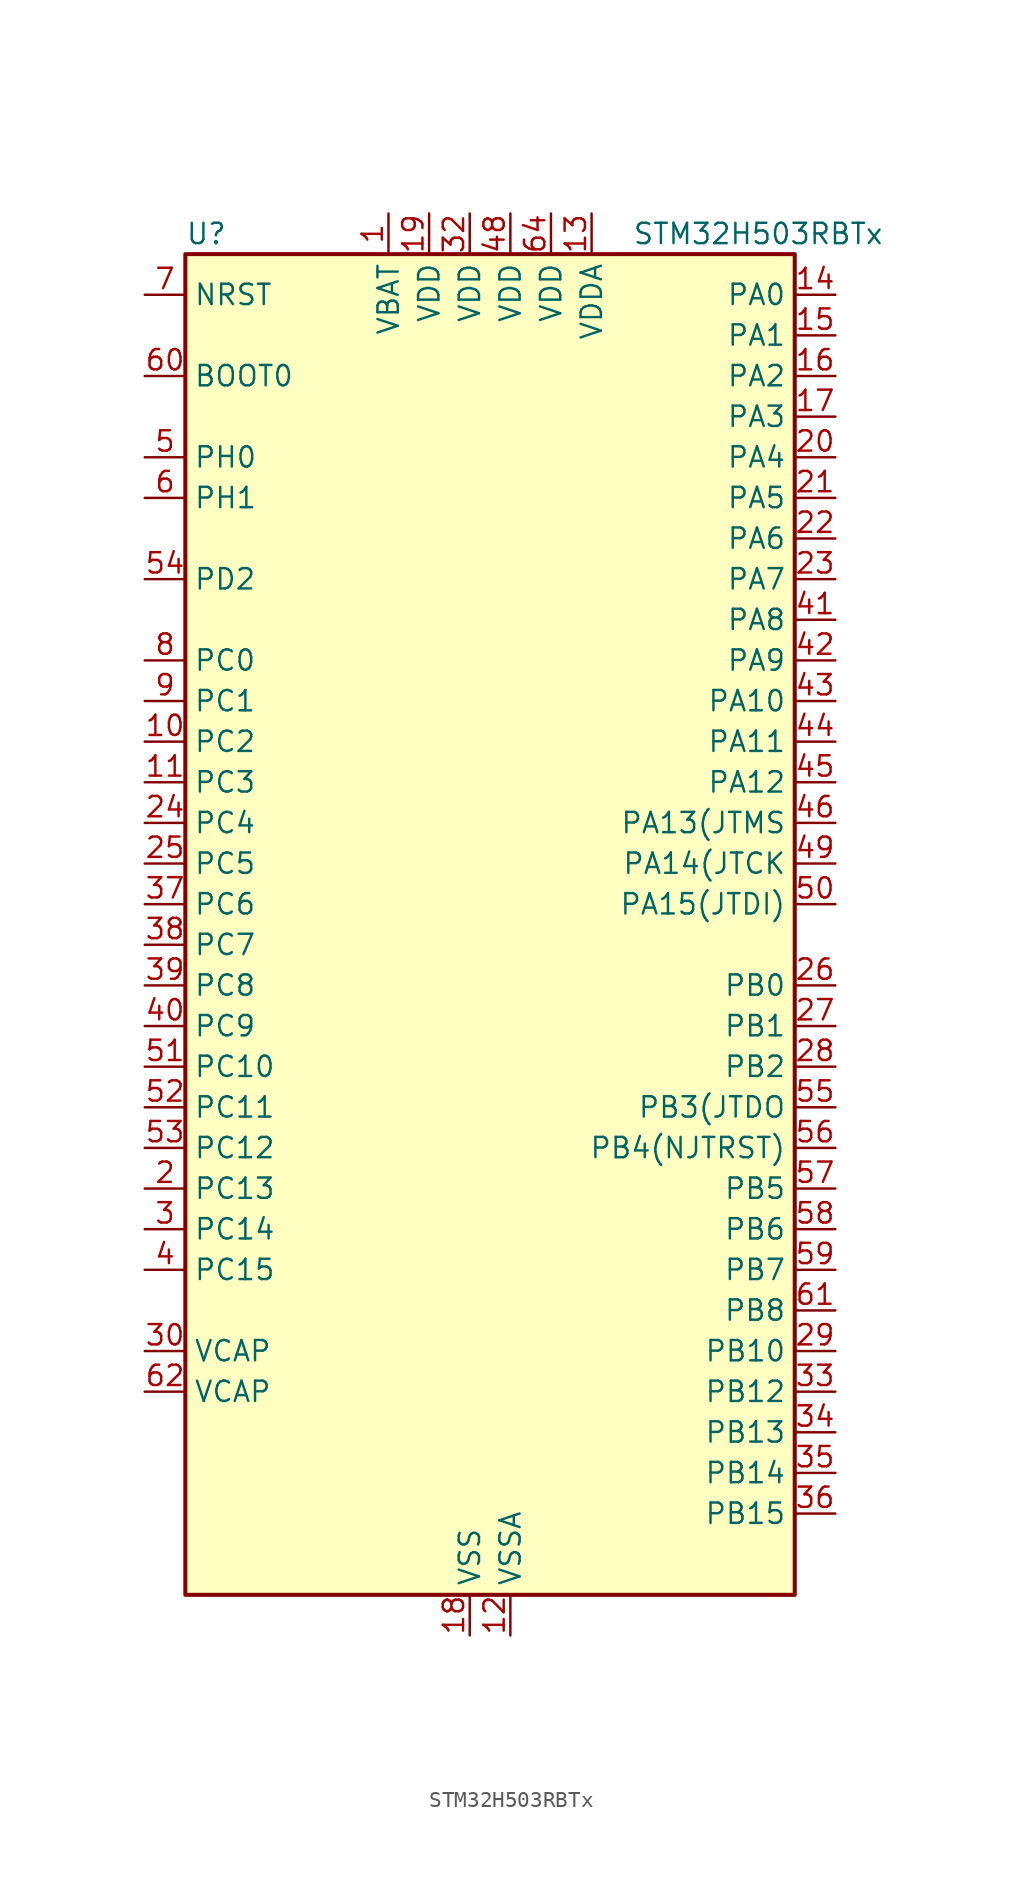
<source format=kicad_sym>
(kicad_symbol_lib
  (version 20231120)
  (generator "kicad-library-utils")
  (generator_version "8.0")
  (symbol "STM32H503RBTx"
    (property "Reference" "U"
      (at -17.78 44.45 0)
      (effects (font (size 1.27 1.27)) (justify left)))
    (property "Value" "STM32H503RBTx"
      (at 10.16 44.45 0)
      (effects (font (size 1.27 1.27)) (justify left)))
    (symbol "STM32H503RBTx_0_1"
      (rectangle (start -17.78 -40.64) (end 20.32 43.18) (stroke (width 0.254) (type default)) (fill (type background))))
    (symbol "STM32H503RBTx_1_1"
      (pin power_in line (at -5.08 45.72 270) (length 2.54) (name "VBAT" (effects (font (size 1.27 1.27)))) (number "1" (effects (font (size 1.27 1.27)))))
      (pin bidirectional line (at -20.32 12.7 0) (length 2.54) (name "PC2" (effects (font (size 1.27 1.27)))) (number "10" (effects (font (size 1.27 1.27)))) (alternate "ADC1_INN11" bidirectional line) (alternate "ADC1_INP12" bidirectional line) (alternate "I2S1_SDI" bidirectional line) (alternate "I2S2_SDI" bidirectional line) (alternate "LPUART1_RTS" bidirectional line) (alternate "PWR_CSTOP" bidirectional line) (alternate "SPI1_MISO" bidirectional line) (alternate "SPI2_MISO" bidirectional line) (alternate "USART1_RTS" bidirectional line))
      (pin bidirectional line (at -20.32 10.16 0) (length 2.54) (name "PC3" (effects (font (size 1.27 1.27)))) (number "11" (effects (font (size 1.27 1.27)))) (alternate "ADC1_INN12" bidirectional line) (alternate "ADC1_INP13" bidirectional line) (alternate "I2S1_SDO" bidirectional line) (alternate "I2S2_SDO" bidirectional line) (alternate "LPTIM2_IN2" bidirectional line) (alternate "LPUART1_TX" bidirectional line) (alternate "PWR_CSLEEP" bidirectional line) (alternate "SPI1_MOSI" bidirectional line) (alternate "SPI2_MOSI" bidirectional line) (alternate "USART2_CTS" bidirectional line) (alternate "USART2_NSS" bidirectional line))
      (pin power_in line (at 2.54 -43.18 90) (length 2.54) (name "VSSA" (effects (font (size 1.27 1.27)))) (number "12" (effects (font (size 1.27 1.27)))))
      (pin power_in line (at 7.62 45.72 270) (length 2.54) (name "VDDA" (effects (font (size 1.27 1.27)))) (number "13" (effects (font (size 1.27 1.27)))))
      (pin bidirectional line (at 22.86 40.64 180) (length 2.54) (name "PA0" (effects (font (size 1.27 1.27)))) (number "14" (effects (font (size 1.27 1.27)))) (alternate "ADC1_INN1" bidirectional line) (alternate "ADC1_INP0" bidirectional line) (alternate "COMP1_INP" bidirectional line) (alternate "I2S1_SDI" bidirectional line) (alternate "I2S2_MCK" bidirectional line) (alternate "I2S3_WS" bidirectional line) (alternate "LPTIM1_ETR" bidirectional line) (alternate "LPTIM1_IN2" bidirectional line) (alternate "LPTIM2_ETR" bidirectional line) (alternate "OPAMP1_VINP" bidirectional line) (alternate "PWR_WKUP1" bidirectional line) (alternate "RTC_OUT2" bidirectional line) (alternate "SPI1_MISO" bidirectional line) (alternate "SPI3_NSS" bidirectional line) (alternate "SPI3_RDY" bidirectional line) (alternate "TAMP_IN2" bidirectional line) (alternate "TAMP_OUT1" bidirectional line) (alternate "TIM2_CH1" bidirectional line) (alternate "TIM2_ETR" bidirectional line) (alternate "TIM3_CH1" bidirectional line) (alternate "USART1_CTS" bidirectional line) (alternate "USART1_NSS" bidirectional line) (alternate "USART2_CTS" bidirectional line) (alternate "USART2_NSS" bidirectional line) (alternate "USART3_CK" bidirectional line) (alternate "USART3_CTS" bidirectional line) (alternate "USART3_NSS" bidirectional line))
      (pin bidirectional line (at 22.86 38.1 180) (length 2.54) (name "PA1" (effects (font (size 1.27 1.27)))) (number "15" (effects (font (size 1.27 1.27)))) (alternate "ADC1_INP1" bidirectional line) (alternate "I2S1_WS" bidirectional line) (alternate "I2S3_CK" bidirectional line) (alternate "LPTIM1_IN1" bidirectional line) (alternate "SPI1_NSS" bidirectional line) (alternate "SPI2_RDY" bidirectional line) (alternate "SPI3_SCK" bidirectional line) (alternate "TIM1_CH3" bidirectional line) (alternate "TIM2_CH2" bidirectional line) (alternate "USART1_RX" bidirectional line) (alternate "USART2_CK" bidirectional line) (alternate "USART2_RTS" bidirectional line))
      (pin bidirectional line (at 22.86 35.56 180) (length 2.54) (name "PA2" (effects (font (size 1.27 1.27)))) (number "16" (effects (font (size 1.27 1.27)))) (alternate "ADC1_INP14" bidirectional line) (alternate "I2S1_CK" bidirectional line) (alternate "I2S3_SDI" bidirectional line) (alternate "LPTIM1_IN2" bidirectional line) (alternate "LPUART1_RX" bidirectional line) (alternate "PWR_WKUP2" bidirectional line) (alternate "SPI1_SCK" bidirectional line) (alternate "SPI3_MISO" bidirectional line) (alternate "TIM1_CH4" bidirectional line) (alternate "TIM2_CH3" bidirectional line) (alternate "TIM3_ETR" bidirectional line) (alternate "USART1_TX" bidirectional line) (alternate "USART2_TX" bidirectional line))
      (pin bidirectional line (at 22.86 33.02 180) (length 2.54) (name "PA3" (effects (font (size 1.27 1.27)))) (number "17" (effects (font (size 1.27 1.27)))) (alternate "ADC1_INP15" bidirectional line) (alternate "I2S1_SDI" bidirectional line) (alternate "I2S2_WS" bidirectional line) (alternate "I2S3_SDO" bidirectional line) (alternate "LPUART1_TX" bidirectional line) (alternate "SPI1_MISO" bidirectional line) (alternate "SPI2_NSS" bidirectional line) (alternate "SPI3_MOSI" bidirectional line) (alternate "TIM1_CH1N" bidirectional line) (alternate "TIM2_CH4" bidirectional line) (alternate "USART1_CK" bidirectional line) (alternate "USART2_RX" bidirectional line) (alternate "USART3_RX" bidirectional line))
      (pin power_in line (at 0 -43.18 90) (length 2.54) (name "VSS" (effects (font (size 1.27 1.27)))) (number "18" (effects (font (size 1.27 1.27)))))
      (pin power_in line (at -2.54 45.72 270) (length 2.54) (name "VDD" (effects (font (size 1.27 1.27)))) (number "19" (effects (font (size 1.27 1.27)))))
      (pin bidirectional line (at -20.32 -15.24 0) (length 2.54) (name "PC13" (effects (font (size 1.27 1.27)))) (number "2" (effects (font (size 1.27 1.27)))) (alternate "PWR_WKUP4" bidirectional line) (alternate "RTC_OUT1" bidirectional line) (alternate "RTC_TS" bidirectional line) (alternate "TAMP_IN1" bidirectional line) (alternate "TAMP_OUT2" bidirectional line))
      (pin bidirectional line (at 22.86 30.48 180) (length 2.54) (name "PA4" (effects (font (size 1.27 1.27)))) (number "20" (effects (font (size 1.27 1.27)))) (alternate "ADC1_INP18" bidirectional line) (alternate "DAC1_OUT1" bidirectional line) (alternate "I2S1_SDO" bidirectional line) (alternate "I2S1_WS" bidirectional line) (alternate "I2S3_SDI" bidirectional line) (alternate "I2S3_WS" bidirectional line) (alternate "LPTIM2_CH1" bidirectional line) (alternate "SPI1_MOSI" bidirectional line) (alternate "SPI1_NSS" bidirectional line) (alternate "SPI3_MISO" bidirectional line) (alternate "SPI3_NSS" bidirectional line) (alternate "TIM1_BKIN" bidirectional line) (alternate "TIM1_CH2N" bidirectional line) (alternate "USART1_RTS" bidirectional line) (alternate "USART2_CK" bidirectional line) (alternate "USART3_TX" bidirectional line))
      (pin bidirectional line (at 22.86 27.94 180) (length 2.54) (name "PA5" (effects (font (size 1.27 1.27)))) (number "21" (effects (font (size 1.27 1.27)))) (alternate "ADC1_INN18" bidirectional line) (alternate "ADC1_INP19" bidirectional line) (alternate "COMP1_INM" bidirectional line) (alternate "DAC1_OUT2" bidirectional line) (alternate "I2S1_CK" bidirectional line) (alternate "I2S1_MCK" bidirectional line) (alternate "I2S2_CK" bidirectional line) (alternate "I2S3_SDO" bidirectional line) (alternate "LPTIM1_CH1" bidirectional line) (alternate "LPTIM1_ETR" bidirectional line) (alternate "LPTIM2_CH2" bidirectional line) (alternate "LPUART1_RTS" bidirectional line) (alternate "PWR_CSTOP" bidirectional line) (alternate "SPI1_SCK" bidirectional line) (alternate "SPI2_SCK" bidirectional line) (alternate "SPI3_MOSI" bidirectional line) (alternate "TIM2_CH1" bidirectional line) (alternate "TIM2_ETR" bidirectional line) (alternate "USART2_CTS" bidirectional line) (alternate "USART2_NSS" bidirectional line) (alternate "USART2_TX" bidirectional line) (alternate "USART3_RX" bidirectional line))
      (pin bidirectional line (at 22.86 25.4 180) (length 2.54) (name "PA6" (effects (font (size 1.27 1.27)))) (number "22" (effects (font (size 1.27 1.27)))) (alternate "ADC1_INP3" bidirectional line) (alternate "I2S1_SDI" bidirectional line) (alternate "SPI1_MISO" bidirectional line) (alternate "TIM1_BKIN" bidirectional line) (alternate "TIM3_CH1" bidirectional line))
      (pin bidirectional line (at 22.86 22.86 180) (length 2.54) (name "PA7" (effects (font (size 1.27 1.27)))) (number "23" (effects (font (size 1.27 1.27)))) (alternate "ADC1_INN3" bidirectional line) (alternate "ADC1_INP7" bidirectional line) (alternate "AUDIOCLK" bidirectional line) (alternate "I2S1_MCK" bidirectional line) (alternate "I2S1_SDO" bidirectional line) (alternate "I2S2_MCK" bidirectional line) (alternate "I2S2_SDI" bidirectional line) (alternate "I2S3_MCK" bidirectional line) (alternate "LPTIM2_ETR" bidirectional line) (alternate "OPAMP1_VOUT" bidirectional line) (alternate "PWR_CSLEEP" bidirectional line) (alternate "SPI1_MOSI" bidirectional line) (alternate "SPI2_MISO" bidirectional line) (alternate "TIM1_CH1N" bidirectional line) (alternate "TIM2_CH3" bidirectional line) (alternate "TIM3_CH2" bidirectional line) (alternate "USART1_RTS" bidirectional line) (alternate "USART3_CK" bidirectional line) (alternate "USART3_RTS" bidirectional line))
      (pin bidirectional line (at -20.32 7.62 0) (length 2.54) (name "PC4" (effects (font (size 1.27 1.27)))) (number "24" (effects (font (size 1.27 1.27)))) (alternate "ADC1_INP4" bidirectional line) (alternate "COMP1_INM" bidirectional line) (alternate "I2S1_MCK" bidirectional line) (alternate "LPTIM2_ETR" bidirectional line) (alternate "SPI1_RDY" bidirectional line) (alternate "TIM2_CH4" bidirectional line) (alternate "USART3_RX" bidirectional line))
      (pin bidirectional line (at -20.32 5.08 0) (length 2.54) (name "PC5" (effects (font (size 1.27 1.27)))) (number "25" (effects (font (size 1.27 1.27)))) (alternate "ADC1_INN4" bidirectional line) (alternate "ADC1_INP8" bidirectional line) (alternate "COMP1_OUT" bidirectional line) (alternate "I2S1_CK" bidirectional line) (alternate "LPTIM2_CH1" bidirectional line) (alternate "OPAMP1_VINM" bidirectional line) (alternate "OPAMP1_VINM0" bidirectional line) (alternate "SPI1_SCK" bidirectional line) (alternate "TIM1_CH4N" bidirectional line))
      (pin bidirectional line (at 22.86 -2.54 180) (length 2.54) (name "PB0" (effects (font (size 1.27 1.27)))) (number "26" (effects (font (size 1.27 1.27)))) (alternate "ADC1_INN5" bidirectional line) (alternate "ADC1_INP9" bidirectional line) (alternate "COMP1_INP" bidirectional line) (alternate "LPTIM1_IN1" bidirectional line) (alternate "OPAMP1_VINP" bidirectional line) (alternate "TIM1_CH2N" bidirectional line) (alternate "TIM1_ETR" bidirectional line) (alternate "TIM3_CH3" bidirectional line) (alternate "USART2_TX" bidirectional line))
      (pin bidirectional line (at 22.86 -5.08 180) (length 2.54) (name "PB1" (effects (font (size 1.27 1.27)))) (number "27" (effects (font (size 1.27 1.27)))) (alternate "ADC1_INP5" bidirectional line) (alternate "COMP1_INM" bidirectional line) (alternate "COMP1_OUT" bidirectional line) (alternate "I2S2_SDO" bidirectional line) (alternate "LPTIM1_IN2" bidirectional line) (alternate "LPTIM2_ETR" bidirectional line) (alternate "OPAMP1_VINM" bidirectional line) (alternate "OPAMP1_VINM1" bidirectional line) (alternate "SPI2_MOSI" bidirectional line) (alternate "TIM1_CH1" bidirectional line) (alternate "TIM1_CH3N" bidirectional line) (alternate "TIM3_CH4" bidirectional line) (alternate "USART2_RX" bidirectional line))
      (pin bidirectional line (at 22.86 -7.62 180) (length 2.54) (name "PB2" (effects (font (size 1.27 1.27)))) (number "28" (effects (font (size 1.27 1.27)))) (alternate "COMP1_INP" bidirectional line) (alternate "I2S2_CK" bidirectional line) (alternate "I2S3_SDO" bidirectional line) (alternate "LPTIM1_CH1" bidirectional line) (alternate "LPTIM1_CH2" bidirectional line) (alternate "RCC_LSCO" bidirectional line) (alternate "RTC_OUT2" bidirectional line) (alternate "SPI1_RDY" bidirectional line) (alternate "SPI2_SCK" bidirectional line) (alternate "SPI3_MOSI" bidirectional line) (alternate "TIM1_CH2N" bidirectional line) (alternate "TIM2_CH1" bidirectional line) (alternate "USART2_CK" bidirectional line))
      (pin bidirectional line (at 22.86 -25.4 180) (length 2.54) (name "PB10" (effects (font (size 1.27 1.27)))) (number "29" (effects (font (size 1.27 1.27)))) (alternate "FDCAN1_TX" bidirectional line) (alternate "I2C1_SDA" bidirectional line) (alternate "I2C2_SCL" bidirectional line) (alternate "I2S2_CK" bidirectional line) (alternate "I2S3_WS" bidirectional line) (alternate "I3C1_SDA" bidirectional line) (alternate "I3C2_SCL" bidirectional line) (alternate "LPTIM2_CH2" bidirectional line) (alternate "LPTIM2_IN1" bidirectional line) (alternate "SPI2_SCK" bidirectional line) (alternate "SPI3_NSS" bidirectional line) (alternate "TIM2_CH3" bidirectional line) (alternate "USART3_CK" bidirectional line) (alternate "USART3_TX" bidirectional line))
      (pin bidirectional line (at -20.32 -17.78 0) (length 2.54) (name "PC14" (effects (font (size 1.27 1.27)))) (number "3" (effects (font (size 1.27 1.27)))) (alternate "RCC_OSC32_IN" bidirectional line))
      (pin power_out line (at -20.32 -25.4 0) (length 2.54) (name "VCAP" (effects (font (size 1.27 1.27)))) (number "30" (effects (font (size 1.27 1.27)))))
      (pin passive line (at 0 -43.18 90) (length 2.54) hide (name "VSS" (effects (font (size 1.27 1.27)))) (number "31" (effects (font (size 1.27 1.27)))))
      (pin power_in line (at 0 45.72 270) (length 2.54) (name "VDD" (effects (font (size 1.27 1.27)))) (number "32" (effects (font (size 1.27 1.27)))))
      (pin bidirectional line (at 22.86 -27.94 180) (length 2.54) (name "PB12" (effects (font (size 1.27 1.27)))) (number "33" (effects (font (size 1.27 1.27)))) (alternate "FDCAN1_RX" bidirectional line) (alternate "I2C2_SMBA" bidirectional line) (alternate "I2S2_WS" bidirectional line) (alternate "SPI2_NSS" bidirectional line) (alternate "TIM1_BKIN" bidirectional line) (alternate "USART1_CK" bidirectional line) (alternate "USART3_CK" bidirectional line))
      (pin bidirectional line (at 22.86 -30.48 180) (length 2.54) (name "PB13" (effects (font (size 1.27 1.27)))) (number "34" (effects (font (size 1.27 1.27)))) (alternate "FDCAN1_TX" bidirectional line) (alternate "I2C1_SMBA" bidirectional line) (alternate "I2C2_SDA" bidirectional line) (alternate "I2S2_CK" bidirectional line) (alternate "I3C2_SDA" bidirectional line) (alternate "LPTIM2_CH1" bidirectional line) (alternate "LPUART1_CTS" bidirectional line) (alternate "SPI2_SCK" bidirectional line) (alternate "TIM1_CH1N" bidirectional line) (alternate "USART3_CTS" bidirectional line) (alternate "USART3_NSS" bidirectional line))
      (pin bidirectional line (at 22.86 -33.02 180) (length 2.54) (name "PB14" (effects (font (size 1.27 1.27)))) (number "35" (effects (font (size 1.27 1.27)))) (alternate "I2S2_SDI" bidirectional line) (alternate "LPTIM1_ETR" bidirectional line) (alternate "LPUART1_RTS" bidirectional line) (alternate "SPI2_MISO" bidirectional line) (alternate "TIM1_CH2N" bidirectional line) (alternate "USART1_TX" bidirectional line) (alternate "USART3_RTS" bidirectional line))
      (pin bidirectional line (at 22.86 -35.56 180) (length 2.54) (name "PB15" (effects (font (size 1.27 1.27)))) (number "36" (effects (font (size 1.27 1.27)))) (alternate "ADC1_EXTI15" bidirectional line) (alternate "COMP1_OUT" bidirectional line) (alternate "FDCAN1_TX" bidirectional line) (alternate "I2S2_SDO" bidirectional line) (alternate "I2S3_MCK" bidirectional line) (alternate "I2S3_SDI" bidirectional line) (alternate "LPTIM1_CH1" bidirectional line) (alternate "LPTIM2_IN2" bidirectional line) (alternate "LPUART1_RX" bidirectional line) (alternate "PWR_PVD_IN" bidirectional line) (alternate "RTC_REFIN" bidirectional line) (alternate "SPI2_MOSI" bidirectional line) (alternate "SPI3_MISO" bidirectional line) (alternate "TIM1_CH3N" bidirectional line) (alternate "TIM3_CH4" bidirectional line) (alternate "USART1_RX" bidirectional line) (alternate "USART2_RTS" bidirectional line) (alternate "USART2_RX" bidirectional line) (alternate "USART3_CTS" bidirectional line) (alternate "USART3_NSS" bidirectional line))
      (pin bidirectional line (at -20.32 2.54 0) (length 2.54) (name "PC6" (effects (font (size 1.27 1.27)))) (number "37" (effects (font (size 1.27 1.27)))) (alternate "FDCAN1_RX" bidirectional line) (alternate "I2C1_SMBA" bidirectional line) (alternate "I2C2_SCL" bidirectional line) (alternate "I2S2_MCK" bidirectional line) (alternate "I3C2_SCL" bidirectional line) (alternate "TIM1_CH1" bidirectional line) (alternate "TIM3_CH1" bidirectional line) (alternate "USART2_TX" bidirectional line))
      (pin bidirectional line (at -20.32 0 0) (length 2.54) (name "PC7" (effects (font (size 1.27 1.27)))) (number "38" (effects (font (size 1.27 1.27)))) (alternate "DEBUG_TRGIO" bidirectional line) (alternate "FDCAN1_TX" bidirectional line) (alternate "I2C2_SDA" bidirectional line) (alternate "I2S1_SDO" bidirectional line) (alternate "I2S3_MCK" bidirectional line) (alternate "I3C2_SDA" bidirectional line) (alternate "SPI1_MOSI" bidirectional line) (alternate "TIM1_CH2" bidirectional line) (alternate "TIM3_CH2" bidirectional line) (alternate "USART2_RX" bidirectional line))
      (pin bidirectional line (at -20.32 -2.54 0) (length 2.54) (name "PC8" (effects (font (size 1.27 1.27)))) (number "39" (effects (font (size 1.27 1.27)))) (alternate "DEBUG_TRACED1" bidirectional line) (alternate "FDCAN1_RX" bidirectional line) (alternate "I2C1_SCL" bidirectional line) (alternate "I2C2_SMBA" bidirectional line) (alternate "I2S1_WS" bidirectional line) (alternate "I3C1_SCL" bidirectional line) (alternate "SPI1_NSS" bidirectional line) (alternate "TIM1_CH3" bidirectional line) (alternate "TIM3_CH3" bidirectional line) (alternate "USART2_CK" bidirectional line))
      (pin bidirectional line (at -20.32 -20.32 0) (length 2.54) (name "PC15" (effects (font (size 1.27 1.27)))) (number "4" (effects (font (size 1.27 1.27)))) (alternate "ADC1_EXTI15" bidirectional line) (alternate "RCC_OSC32_OUT" bidirectional line))
      (pin bidirectional line (at -20.32 -5.08 0) (length 2.54) (name "PC9" (effects (font (size 1.27 1.27)))) (number "40" (effects (font (size 1.27 1.27)))) (alternate "AUDIOCLK" bidirectional line) (alternate "DAC1_EXTI9" bidirectional line) (alternate "FDCAN1_TX" bidirectional line) (alternate "I2C1_SDA" bidirectional line) (alternate "I3C1_SDA" bidirectional line) (alternate "RCC_MCO_2" bidirectional line) (alternate "SPI3_RDY" bidirectional line) (alternate "TIM1_CH4" bidirectional line) (alternate "TIM3_CH4" bidirectional line) (alternate "USART2_CTS" bidirectional line) (alternate "USART2_NSS" bidirectional line) (alternate "USART3_RTS" bidirectional line))
      (pin bidirectional line (at 22.86 20.32 180) (length 2.54) (name "PA8" (effects (font (size 1.27 1.27)))) (number "41" (effects (font (size 1.27 1.27)))) (alternate "FDCAN1_RX" bidirectional line) (alternate "I2S1_CK" bidirectional line) (alternate "I2S2_SDO" bidirectional line) (alternate "I2S2_WS" bidirectional line) (alternate "LPTIM2_IN1" bidirectional line) (alternate "LPUART1_CTS" bidirectional line) (alternate "RCC_MCO_1" bidirectional line) (alternate "SPI1_RDY" bidirectional line) (alternate "SPI1_SCK" bidirectional line) (alternate "SPI2_MOSI" bidirectional line) (alternate "SPI2_NSS" bidirectional line) (alternate "TIM1_CH1" bidirectional line) (alternate "TIM1_CH4N" bidirectional line) (alternate "TIM3_CH3" bidirectional line) (alternate "USART1_CK" bidirectional line) (alternate "USART2_TX" bidirectional line) (alternate "USART3_TX" bidirectional line) (alternate "USB_SOF" bidirectional line))
      (pin bidirectional line (at 22.86 17.78 180) (length 2.54) (name "PA9" (effects (font (size 1.27 1.27)))) (number "42" (effects (font (size 1.27 1.27)))) (alternate "DAC1_EXTI9" bidirectional line) (alternate "DEBUG_TRACED2" bidirectional line) (alternate "I2S1_SDI" bidirectional line) (alternate "I2S2_CK" bidirectional line) (alternate "I2S3_SDO" bidirectional line) (alternate "LPUART1_TX" bidirectional line) (alternate "SPI1_MISO" bidirectional line) (alternate "SPI2_SCK" bidirectional line) (alternate "SPI3_MOSI" bidirectional line) (alternate "TIM1_CH2" bidirectional line) (alternate "USART1_TX" bidirectional line) (alternate "USART3_CK" bidirectional line))
      (pin bidirectional line (at 22.86 15.24 180) (length 2.54) (name "PA10" (effects (font (size 1.27 1.27)))) (number "43" (effects (font (size 1.27 1.27)))) (alternate "LPTIM2_IN2" bidirectional line) (alternate "LPUART1_RX" bidirectional line) (alternate "TIM1_CH3" bidirectional line) (alternate "USART1_RX" bidirectional line))
      (pin bidirectional line (at 22.86 12.7 180) (length 2.54) (name "PA11" (effects (font (size 1.27 1.27)))) (number "44" (effects (font (size 1.27 1.27)))) (alternate "ADC1_EXTI11" bidirectional line) (alternate "DEBUG_TRGIO" bidirectional line) (alternate "FDCAN1_RX" bidirectional line) (alternate "I2S2_WS" bidirectional line) (alternate "LPTIM2_CH2" bidirectional line) (alternate "LPUART1_CTS" bidirectional line) (alternate "SPI2_NSS" bidirectional line) (alternate "SPI3_RDY" bidirectional line) (alternate "TIM1_CH4" bidirectional line) (alternate "TIM3_CH2" bidirectional line) (alternate "USART1_CTS" bidirectional line) (alternate "USART1_NSS" bidirectional line) (alternate "USART1_RX" bidirectional line) (alternate "USART2_RX" bidirectional line) (alternate "USART3_RTS" bidirectional line) (alternate "USB_DM" bidirectional line))
      (pin bidirectional line (at 22.86 10.16 180) (length 2.54) (name "PA12" (effects (font (size 1.27 1.27)))) (number "45" (effects (font (size 1.27 1.27)))) (alternate "DEBUG_TRACED3" bidirectional line) (alternate "FDCAN1_TX" bidirectional line) (alternate "I2S2_CK" bidirectional line) (alternate "LPUART1_RTS" bidirectional line) (alternate "SPI2_RDY" bidirectional line) (alternate "SPI2_SCK" bidirectional line) (alternate "TIM1_ETR" bidirectional line) (alternate "TIM2_CH4" bidirectional line) (alternate "TIM3_CH4" bidirectional line) (alternate "USART1_RTS" bidirectional line) (alternate "USART1_TX" bidirectional line) (alternate "USART2_TX" bidirectional line) (alternate "USART3_RX" bidirectional line) (alternate "USB_DP" bidirectional line))
      (pin bidirectional line (at 22.86 7.62 180) (length 2.54) (name "PA13(JTMS" (effects (font (size 1.27 1.27)))) (number "46" (effects (font (size 1.27 1.27)))) (alternate "COMP1_OUT" bidirectional line) (alternate "DEBUG_JTMS-SWDIO" bidirectional line) (alternate "LPTIM1_CH1" bidirectional line) (alternate "LPUART1_CTS" bidirectional line) (alternate "TIM1_CH1" bidirectional line) (alternate "TIM1_ETR" bidirectional line) (alternate "USART1_RX" bidirectional line) (alternate "USART2_RX" bidirectional line))
      (pin passive line (at 0 -43.18 90) (length 2.54) hide (name "VSS" (effects (font (size 1.27 1.27)))) (number "47" (effects (font (size 1.27 1.27)))))
      (pin power_in line (at 2.54 45.72 270) (length 2.54) (name "VDD" (effects (font (size 1.27 1.27)))) (number "48" (effects (font (size 1.27 1.27)))))
      (pin bidirectional line (at 22.86 5.08 180) (length 2.54) (name "PA14(JTCK" (effects (font (size 1.27 1.27)))) (number "49" (effects (font (size 1.27 1.27)))) (alternate "DEBUG_JTCK-SWCLK" bidirectional line) (alternate "LPTIM1_ETR" bidirectional line) (alternate "LPTIM2_CH1" bidirectional line) (alternate "LPUART1_RTS" bidirectional line) (alternate "TIM1_CH2" bidirectional line) (alternate "TIM1_CH4N" bidirectional line) (alternate "TIM3_CH1" bidirectional line) (alternate "USART1_TX" bidirectional line) (alternate "USART2_TX" bidirectional line))
      (pin bidirectional line (at -20.32 30.48 0) (length 2.54) (name "PH0" (effects (font (size 1.27 1.27)))) (number "5" (effects (font (size 1.27 1.27)))) (alternate "RCC_OSC_IN" bidirectional line))
      (pin bidirectional line (at 22.86 2.54 180) (length 2.54) (name "PA15(JTDI)" (effects (font (size 1.27 1.27)))) (number "50" (effects (font (size 1.27 1.27)))) (alternate "ADC1_EXTI15" bidirectional line) (alternate "DEBUG_JTDI" bidirectional line) (alternate "I2S1_WS" bidirectional line) (alternate "I2S2_SDI" bidirectional line) (alternate "I2S3_CK" bidirectional line) (alternate "I2S3_WS" bidirectional line) (alternate "LPTIM1_IN2" bidirectional line) (alternate "LPTIM2_CH1" bidirectional line) (alternate "SPI1_NSS" bidirectional line) (alternate "SPI2_MISO" bidirectional line) (alternate "SPI3_NSS" bidirectional line) (alternate "SPI3_SCK" bidirectional line) (alternate "TIM2_CH1" bidirectional line) (alternate "TIM2_ETR" bidirectional line) (alternate "USART1_CTS" bidirectional line) (alternate "USART1_NSS" bidirectional line) (alternate "USART2_CK" bidirectional line) (alternate "USART2_RTS" bidirectional line) (alternate "USART2_RX" bidirectional line) (alternate "USART3_RX" bidirectional line))
      (pin bidirectional line (at -20.32 -7.62 0) (length 2.54) (name "PC10" (effects (font (size 1.27 1.27)))) (number "51" (effects (font (size 1.27 1.27)))) (alternate "FDCAN1_RX" bidirectional line) (alternate "I2C2_SCL" bidirectional line) (alternate "I2S1_SDI" bidirectional line) (alternate "I2S3_CK" bidirectional line) (alternate "I3C2_SCL" bidirectional line) (alternate "SPI1_MISO" bidirectional line) (alternate "SPI3_SCK" bidirectional line) (alternate "TIM1_BKIN2" bidirectional line) (alternate "USART2_RTS" bidirectional line) (alternate "USART3_TX" bidirectional line))
      (pin bidirectional line (at -20.32 -10.16 0) (length 2.54) (name "PC11" (effects (font (size 1.27 1.27)))) (number "52" (effects (font (size 1.27 1.27)))) (alternate "ADC1_EXTI11" bidirectional line) (alternate "I2C1_SMBA" bidirectional line) (alternate "I2C2_SDA" bidirectional line) (alternate "I2S3_SDI" bidirectional line) (alternate "I3C2_SDA" bidirectional line) (alternate "SPI1_RDY" bidirectional line) (alternate "SPI3_MISO" bidirectional line) (alternate "TIM1_BKIN2" bidirectional line) (alternate "TIM2_CH2" bidirectional line) (alternate "USART3_RX" bidirectional line))
      (pin bidirectional line (at -20.32 -12.7 0) (length 2.54) (name "PC12" (effects (font (size 1.27 1.27)))) (number "53" (effects (font (size 1.27 1.27)))) (alternate "DEBUG_TRACED3" bidirectional line) (alternate "I2C2_SMBA" bidirectional line) (alternate "I2S3_SDO" bidirectional line) (alternate "LPTIM1_CH1" bidirectional line) (alternate "LPTIM2_CH2" bidirectional line) (alternate "SPI3_MOSI" bidirectional line) (alternate "TIM1_CH4" bidirectional line) (alternate "TIM2_CH4" bidirectional line) (alternate "USART3_CK" bidirectional line))
      (pin bidirectional line (at -20.32 22.86 0) (length 2.54) (name "PD2" (effects (font (size 1.27 1.27)))) (number "54" (effects (font (size 1.27 1.27)))) (alternate "DEBUG_TRACED2" bidirectional line) (alternate "I2S3_WS" bidirectional line) (alternate "SPI3_NSS" bidirectional line) (alternate "TIM2_CH3" bidirectional line) (alternate "TIM2_ETR" bidirectional line) (alternate "TIM3_ETR" bidirectional line) (alternate "USART2_RTS" bidirectional line) (alternate "USART3_CTS" bidirectional line) (alternate "USART3_NSS" bidirectional line))
      (pin bidirectional line (at 22.86 -10.16 180) (length 2.54) (name "PB3(JTDO" (effects (font (size 1.27 1.27)))) (number "55" (effects (font (size 1.27 1.27)))) (alternate "CRS_SYNC" bidirectional line) (alternate "DEBUG_JTDO-SWO" bidirectional line) (alternate "FDCAN1_RX" bidirectional line) (alternate "I2C1_SMBA" bidirectional line) (alternate "I2C2_SCL" bidirectional line) (alternate "I2C2_SDA" bidirectional line) (alternate "I2S1_CK" bidirectional line) (alternate "I2S2_MCK" bidirectional line) (alternate "I2S3_CK" bidirectional line) (alternate "I3C2_SCL" bidirectional line) (alternate "LPTIM1_CH1" bidirectional line) (alternate "SPI1_SCK" bidirectional line) (alternate "SPI3_SCK" bidirectional line) (alternate "TIM1_BKIN" bidirectional line) (alternate "TIM2_CH2" bidirectional line) (alternate "USART3_TX" bidirectional line))
      (pin bidirectional line (at 22.86 -12.7 180) (length 2.54) (name "PB4(NJTRST)" (effects (font (size 1.27 1.27)))) (number "56" (effects (font (size 1.27 1.27)))) (alternate "DEBUG_JTRST" bidirectional line) (alternate "FDCAN1_TX" bidirectional line) (alternate "I2C1_SMBA" bidirectional line) (alternate "I2C2_SDA" bidirectional line) (alternate "I2S1_SDI" bidirectional line) (alternate "I2S2_WS" bidirectional line) (alternate "I2S3_SDI" bidirectional line) (alternate "I3C2_SDA" bidirectional line) (alternate "LPTIM1_CH2" bidirectional line) (alternate "SPI1_MISO" bidirectional line) (alternate "SPI2_NSS" bidirectional line) (alternate "SPI3_MISO" bidirectional line) (alternate "TIM1_CH2" bidirectional line) (alternate "TIM1_CH4N" bidirectional line) (alternate "TIM3_CH1" bidirectional line) (alternate "USART2_TX" bidirectional line))
      (pin bidirectional line (at 22.86 -15.24 180) (length 2.54) (name "PB5" (effects (font (size 1.27 1.27)))) (number "57" (effects (font (size 1.27 1.27)))) (alternate "DEBUG_TRACECLK" bidirectional line) (alternate "FDCAN1_RX" bidirectional line) (alternate "I2C1_SDA" bidirectional line) (alternate "I2C1_SMBA" bidirectional line) (alternate "I2C2_SCL" bidirectional line) (alternate "I2S1_SDO" bidirectional line) (alternate "I2S2_SDI" bidirectional line) (alternate "I2S3_SDO" bidirectional line) (alternate "I3C1_SDA" bidirectional line) (alternate "I3C2_SCL" bidirectional line) (alternate "LPTIM1_IN1" bidirectional line) (alternate "SPI1_MOSI" bidirectional line) (alternate "SPI2_MISO" bidirectional line) (alternate "SPI3_MOSI" bidirectional line) (alternate "TIM1_CH3" bidirectional line) (alternate "TIM3_CH2" bidirectional line) (alternate "USART2_RX" bidirectional line))
      (pin bidirectional line (at 22.86 -17.78 180) (length 2.54) (name "PB6" (effects (font (size 1.27 1.27)))) (number "58" (effects (font (size 1.27 1.27)))) (alternate "DEBUG_TRACED0" bidirectional line) (alternate "FDCAN1_TX" bidirectional line) (alternate "I2C1_SCL" bidirectional line) (alternate "I2S1_MCK" bidirectional line) (alternate "I3C1_SCL" bidirectional line) (alternate "LPUART1_TX" bidirectional line) (alternate "SPI3_RDY" bidirectional line) (alternate "TIM1_CH2" bidirectional line) (alternate "TIM1_CH3N" bidirectional line) (alternate "TIM3_CH3" bidirectional line) (alternate "USART1_TX" bidirectional line) (alternate "USART2_CK" bidirectional line) (alternate "USART2_CTS" bidirectional line) (alternate "USART2_NSS" bidirectional line))
      (pin bidirectional line (at 22.86 -20.32 180) (length 2.54) (name "PB7" (effects (font (size 1.27 1.27)))) (number "59" (effects (font (size 1.27 1.27)))) (alternate "AUDIOCLK" bidirectional line) (alternate "DEBUG_TRACED1" bidirectional line) (alternate "FDCAN1_TX" bidirectional line) (alternate "I2C1_SDA" bidirectional line) (alternate "I2C2_SMBA" bidirectional line) (alternate "I2S3_CK" bidirectional line) (alternate "I2S3_MCK" bidirectional line) (alternate "I3C1_SDA" bidirectional line) (alternate "LPUART1_RX" bidirectional line) (alternate "PWR_WKUP5" bidirectional line) (alternate "SPI3_SCK" bidirectional line) (alternate "TIM1_CH1" bidirectional line) (alternate "TIM1_CH2N" bidirectional line) (alternate "TIM3_ETR" bidirectional line) (alternate "USART1_RX" bidirectional line) (alternate "USART3_TX" bidirectional line))
      (pin bidirectional line (at -20.32 27.94 0) (length 2.54) (name "PH1" (effects (font (size 1.27 1.27)))) (number "6" (effects (font (size 1.27 1.27)))) (alternate "RCC_OSC_OUT" bidirectional line))
      (pin input line (at -20.32 35.56 0) (length 2.54) (name "BOOT0" (effects (font (size 1.27 1.27)))) (number "60" (effects (font (size 1.27 1.27)))))
      (pin bidirectional line (at 22.86 -22.86 180) (length 2.54) (name "PB8" (effects (font (size 1.27 1.27)))) (number "61" (effects (font (size 1.27 1.27)))) (alternate "DEBUG_TRACED2" bidirectional line) (alternate "FDCAN1_RX" bidirectional line) (alternate "I2C1_SCL" bidirectional line) (alternate "I2C2_SDA" bidirectional line) (alternate "I2C2_SMBA" bidirectional line) (alternate "I2S1_WS" bidirectional line) (alternate "I2S2_MCK" bidirectional line) (alternate "I3C1_SCL" bidirectional line) (alternate "I3C2_SDA" bidirectional line) (alternate "LPTIM1_CH2" bidirectional line) (alternate "LPTIM2_CH1" bidirectional line) (alternate "SPI1_NSS" bidirectional line) (alternate "SPI2_RDY" bidirectional line) (alternate "TIM1_BKIN2" bidirectional line) (alternate "USART1_CK" bidirectional line) (alternate "USART3_RX" bidirectional line))
      (pin power_out line (at -20.32 -27.94 0) (length 2.54) (name "VCAP" (effects (font (size 1.27 1.27)))) (number "62" (effects (font (size 1.27 1.27)))))
      (pin passive line (at 0 -43.18 90) (length 2.54) hide (name "VSS" (effects (font (size 1.27 1.27)))) (number "63" (effects (font (size 1.27 1.27)))))
      (pin power_in line (at 5.08 45.72 270) (length 2.54) (name "VDD" (effects (font (size 1.27 1.27)))) (number "64" (effects (font (size 1.27 1.27)))))
      (pin input line (at -20.32 40.64 0) (length 2.54) (name "NRST" (effects (font (size 1.27 1.27)))) (number "7" (effects (font (size 1.27 1.27)))))
      (pin bidirectional line (at -20.32 17.78 0) (length 2.54) (name "PC0" (effects (font (size 1.27 1.27)))) (number "8" (effects (font (size 1.27 1.27)))) (alternate "ADC1_INP10" bidirectional line) (alternate "I2S1_CK" bidirectional line) (alternate "LPTIM1_CH2" bidirectional line) (alternate "SPI1_SCK" bidirectional line) (alternate "SPI2_RDY" bidirectional line) (alternate "TIM1_ETR" bidirectional line))
      (pin bidirectional line (at -20.32 15.24 0) (length 2.54) (name "PC1" (effects (font (size 1.27 1.27)))) (number "9" (effects (font (size 1.27 1.27)))) (alternate "ADC1_INN10" bidirectional line) (alternate "ADC1_INP11" bidirectional line) (alternate "DEBUG_TRACED0" bidirectional line) (alternate "I2S1_WS" bidirectional line) (alternate "I2S2_SDO" bidirectional line) (alternate "LPTIM2_IN1" bidirectional line) (alternate "LPUART1_CTS" bidirectional line) (alternate "PWR_WKUP3" bidirectional line) (alternate "SPI1_NSS" bidirectional line) (alternate "SPI2_MOSI" bidirectional line) (alternate "TIM3_ETR" bidirectional line) (alternate "USART1_CTS" bidirectional line) (alternate "USART1_NSS" bidirectional line)))))
</source>
